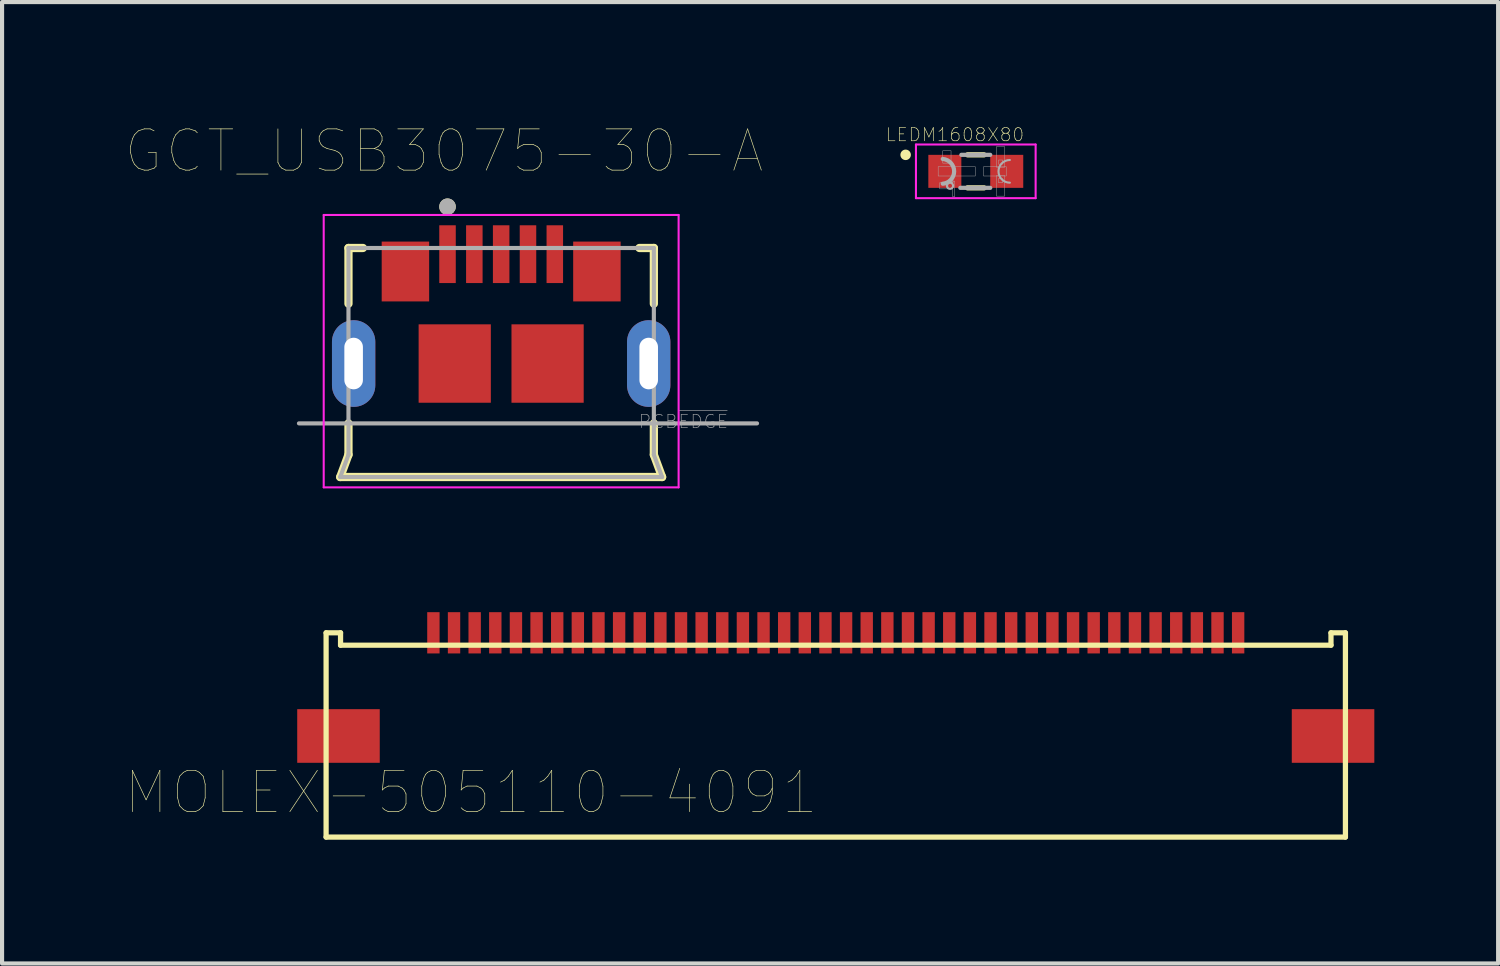
<source format=kicad_pcb>
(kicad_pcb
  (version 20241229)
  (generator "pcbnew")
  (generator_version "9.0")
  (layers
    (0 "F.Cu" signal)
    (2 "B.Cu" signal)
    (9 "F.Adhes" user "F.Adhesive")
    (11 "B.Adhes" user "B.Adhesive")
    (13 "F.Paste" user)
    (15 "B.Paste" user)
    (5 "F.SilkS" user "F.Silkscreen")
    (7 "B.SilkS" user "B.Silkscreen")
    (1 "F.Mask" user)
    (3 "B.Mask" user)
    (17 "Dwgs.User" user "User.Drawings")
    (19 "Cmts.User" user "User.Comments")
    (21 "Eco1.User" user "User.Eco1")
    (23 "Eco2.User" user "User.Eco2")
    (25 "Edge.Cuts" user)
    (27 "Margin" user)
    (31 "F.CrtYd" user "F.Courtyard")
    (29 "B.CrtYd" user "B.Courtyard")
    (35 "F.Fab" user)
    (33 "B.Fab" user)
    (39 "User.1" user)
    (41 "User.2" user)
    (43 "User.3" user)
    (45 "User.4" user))
  (footprint "MOLEX-505110-4091"
    (layer "F.Cu")
    (at 17.202 12.284)
    (property "Reference" "MOLEX-505110-4091" (at -8.839 3.871 0) (layer "F.SilkS") (effects (font (size 1.002 1.002) (thickness 0.015))))
    (attr through_hole)
    (fp_line (start -12.35 0) (end -12 0) (stroke (width 0.127) (type solid)) (layer "F.SilkS"))
    (fp_line (start -12.35 4.95) (end -12.35 0) (stroke (width 0.127) (type solid)) (layer "F.SilkS"))
    (fp_line (start -12 0) (end -12 0.3) (stroke (width 0.127) (type solid)) (layer "F.SilkS"))
    (fp_line (start -12 0.3) (end 12 0.3) (stroke (width 0.127) (type solid)) (layer "F.SilkS"))
    (fp_line (start 12 0) (end 12 0.3) (stroke (width 0.127) (type solid)) (layer "F.SilkS"))
    (fp_line (start 12.35 0) (end 12 0) (stroke (width 0.127) (type solid)) (layer "F.SilkS"))
    (fp_line (start 12.35 0) (end 12.35 4.95) (stroke (width 0.127) (type solid)) (layer "F.SilkS"))
    (fp_line (start 12.35 4.95) (end -12.35 4.95) (stroke (width 0.127) (type solid)) (layer "F.SilkS"))
    (pad "1" smd rect (at 9.75 0) (size 0.3 1) (layers "F.Cu" "F.Mask" "F.Paste"))
    (pad "2" smd rect (at 9.25 0) (size 0.3 1) (layers "F.Cu" "F.Mask" "F.Paste"))
    (pad "3" smd rect (at 8.75 0) (size 0.3 1) (layers "F.Cu" "F.Mask" "F.Paste"))
    (pad "4" smd rect (at 8.25 0) (size 0.3 1) (layers "F.Cu" "F.Mask" "F.Paste"))
    (pad "5" smd rect (at 7.75 0) (size 0.3 1) (layers "F.Cu" "F.Mask" "F.Paste"))
    (pad "6" smd rect (at 7.25 0) (size 0.3 1) (layers "F.Cu" "F.Mask" "F.Paste"))
    (pad "7" smd rect (at 6.75 0) (size 0.3 1) (layers "F.Cu" "F.Mask" "F.Paste"))
    (pad "8" smd rect (at 6.25 0) (size 0.3 1) (layers "F.Cu" "F.Mask" "F.Paste"))
    (pad "9" smd rect (at 5.75 0) (size 0.3 1) (layers "F.Cu" "F.Mask" "F.Paste"))
    (pad "10" smd rect (at 5.25 0) (size 0.3 1) (layers "F.Cu" "F.Mask" "F.Paste"))
    (pad "11" smd rect (at 4.75 0) (size 0.3 1) (layers "F.Cu" "F.Mask" "F.Paste"))
    (pad "12" smd rect (at 4.25 0) (size 0.3 1) (layers "F.Cu" "F.Mask" "F.Paste"))
    (pad "13" smd rect (at 3.75 0) (size 0.3 1) (layers "F.Cu" "F.Mask" "F.Paste"))
    (pad "14" smd rect (at 3.25 0) (size 0.3 1) (layers "F.Cu" "F.Mask" "F.Paste"))
    (pad "15" smd rect (at 2.75 0) (size 0.3 1) (layers "F.Cu" "F.Mask" "F.Paste"))
    (pad "16" smd rect (at 2.25 0) (size 0.3 1) (layers "F.Cu" "F.Mask" "F.Paste"))
    (pad "17" smd rect (at 1.75 0) (size 0.3 1) (layers "F.Cu" "F.Mask" "F.Paste"))
    (pad "18" smd rect (at 1.25 0) (size 0.3 1) (layers "F.Cu" "F.Mask" "F.Paste"))
    (pad "19" smd rect (at 0.75 0) (size 0.3 1) (layers "F.Cu" "F.Mask" "F.Paste"))
    (pad "20" smd rect (at 0.25 0) (size 0.3 1) (layers "F.Cu" "F.Mask" "F.Paste"))
    (pad "21" smd rect (at -0.25 0) (size 0.3 1) (layers "F.Cu" "F.Mask" "F.Paste"))
    (pad "22" smd rect (at -0.75 0) (size 0.3 1) (layers "F.Cu" "F.Mask" "F.Paste"))
    (pad "23" smd rect (at -1.25 0) (size 0.3 1) (layers "F.Cu" "F.Mask" "F.Paste"))
    (pad "24" smd rect (at -1.75 0) (size 0.3 1) (layers "F.Cu" "F.Mask" "F.Paste"))
    (pad "25" smd rect (at -2.25 0) (size 0.3 1) (layers "F.Cu" "F.Mask" "F.Paste"))
    (pad "26" smd rect (at -2.75 0) (size 0.3 1) (layers "F.Cu" "F.Mask" "F.Paste"))
    (pad "27" smd rect (at -3.25 0) (size 0.3 1) (layers "F.Cu" "F.Mask" "F.Paste"))
    (pad "28" smd rect (at -3.75 0) (size 0.3 1) (layers "F.Cu" "F.Mask" "F.Paste"))
    (pad "29" smd rect (at -4.25 0) (size 0.3 1) (layers "F.Cu" "F.Mask" "F.Paste"))
    (pad "30" smd rect (at -4.75 0) (size 0.3 1) (layers "F.Cu" "F.Mask" "F.Paste"))
    (pad "31" smd rect (at -5.25 0) (size 0.3 1) (layers "F.Cu" "F.Mask" "F.Paste"))
    (pad "32" smd rect (at -5.75 0) (size 0.3 1) (layers "F.Cu" "F.Mask" "F.Paste"))
    (pad "33" smd rect (at -6.25 0) (size 0.3 1) (layers "F.Cu" "F.Mask" "F.Paste"))
    (pad "34" smd rect (at -6.75 0) (size 0.3 1) (layers "F.Cu" "F.Mask" "F.Paste"))
    (pad "35" smd rect (at -7.25 0) (size 0.3 1) (layers "F.Cu" "F.Mask" "F.Paste"))
    (pad "36" smd rect (at -7.75 0) (size 0.3 1) (layers "F.Cu" "F.Mask" "F.Paste"))
    (pad "37" smd rect (at -8.25 0) (size 0.3 1) (layers "F.Cu" "F.Mask" "F.Paste"))
    (pad "38" smd rect (at -8.75 0) (size 0.3 1) (layers "F.Cu" "F.Mask" "F.Paste"))
    (pad "39" smd rect (at -9.25 0) (size 0.3 1) (layers "F.Cu" "F.Mask" "F.Paste"))
    (pad "40" smd rect (at -9.75 0) (size 0.3 1) (layers "F.Cu" "F.Mask" "F.Paste"))
    (pad "P$1" smd rect (at 12.05 2.5) (size 2 1.3) (layers "F.Cu" "F.Mask" "F.Paste"))
    (pad "P$2" smd rect (at -12.05 2.5) (size 2 1.3) (layers "F.Cu" "F.Mask" "F.Paste")))
  (footprint "GCT_USB3075-30-A"
    (layer "F.Cu")
    (at 7.794 3.109)
    (property "Reference" "GCT_USB3075-30-A" (at -0.086 -2.498 0) (layer "F.SilkS") (effects (font (size 1 1) (thickness 0.015))))
    (attr through_hole)
    (fp_line (start -2.6 5.4) (end -2.4 4.86) (stroke (width 0.2) (type solid)) (layer "F.SilkS"))
    (fp_line (start -2.6 5.4) (end 5.2 5.4) (stroke (width 0.2) (type solid)) (layer "F.SilkS"))
    (fp_line (start -2.4 -0.15) (end -2.05 -0.15) (stroke (width 0.2) (type solid)) (layer "F.SilkS"))
    (fp_line (start -2.4 1.2) (end -2.4 -0.15) (stroke (width 0.2) (type solid)) (layer "F.SilkS"))
    (fp_line (start -2.4 4.86) (end -2.4 4.1) (stroke (width 0.2) (type solid)) (layer "F.SilkS"))
    (fp_line (start 4.65 -0.15) (end 5 -0.15) (stroke (width 0.2) (type solid)) (layer "F.SilkS"))
    (fp_line (start 5 1.2) (end 5 -0.15) (stroke (width 0.2) (type solid)) (layer "F.SilkS"))
    (fp_line (start 5 4.86) (end 5 4.1) (stroke (width 0.2) (type solid)) (layer "F.SilkS"))
    (fp_line (start 5 4.86) (end 5.2 5.4) (stroke (width 0.2) (type solid)) (layer "F.SilkS"))
    (fp_circle (center 0 -1.15) (end 0.1 -1.15) (stroke (width 0.2) (type solid)) (fill no) (layer "F.SilkS"))
    (fp_line (start -3 -0.95) (end 5.6 -0.95) (stroke (width 0.05) (type solid)) (layer "F.CrtYd"))
    (fp_line (start -3 5.65) (end -3 -0.95) (stroke (width 0.05) (type solid)) (layer "F.CrtYd"))
    (fp_line (start -3 5.65) (end 5.6 5.65) (stroke (width 0.05) (type solid)) (layer "F.CrtYd"))
    (fp_line (start 5.6 5.65) (end 5.6 -0.95) (stroke (width 0.05) (type solid)) (layer "F.CrtYd"))
    (fp_line (start -3.6 4.1) (end 7.5 4.1) (stroke (width 0.1) (type solid)) (layer "F.Fab"))
    (fp_line (start -2.6 5.4) (end -2.4 4.86) (stroke (width 0.1) (type solid)) (layer "F.Fab"))
    (fp_line (start -2.6 5.4) (end 5.2 5.4) (stroke (width 0.1) (type solid)) (layer "F.Fab"))
    (fp_line (start -2.4 -0.15) (end 5 -0.15) (stroke (width 0.1) (type solid)) (layer "F.Fab"))
    (fp_line (start -2.4 4.86) (end -2.4 -0.15) (stroke (width 0.1) (type solid)) (layer "F.Fab"))
    (fp_line (start 5 4.86) (end 5 -0.15) (stroke (width 0.1) (type solid)) (layer "F.Fab"))
    (fp_line (start 5 4.86) (end 5.2 5.4) (stroke (width 0.1) (type solid)) (layer "F.Fab"))
    (fp_circle (center 0 -1.15) (end 0.1 -1.15) (stroke (width 0.2) (type solid)) (fill no) (layer "F.Fab"))
    (fp_text user "PCB~{EDGE}" (at 5.716 4.055 0) (layer "F.Fab") (effects (font (size 0.321 0.321) (thickness 0.015))))
    (pad "1" smd rect (at 0 0) (size 0.4 1.4) (layers "F.Cu" "F.Mask" "F.Paste"))
    (pad "2" smd rect (at 0.65 0) (size 0.4 1.4) (layers "F.Cu" "F.Mask" "F.Paste"))
    (pad "3" smd rect (at 1.3 0) (size 0.4 1.4) (layers "F.Cu" "F.Mask" "F.Paste"))
    (pad "4" smd rect (at 1.95 0) (size 0.4 1.4) (layers "F.Cu" "F.Mask" "F.Paste"))
    (pad "5" smd rect (at 2.6 0) (size 0.4 1.4) (layers "F.Cu" "F.Mask" "F.Paste"))
    (pad "S1" smd rect (at -1.02 0.42) (size 1.15 1.45) (layers "F.Cu" "F.Mask" "F.Paste"))
    (pad "S2" smd rect (at 3.62 0.42) (size 1.15 1.45) (layers "F.Cu" "F.Mask" "F.Paste"))
    (pad "S3" smd rect (at 0.175 2.65) (size 1.75 1.9) (layers "F.Cu" "F.Mask" "F.Paste"))
    (pad "S4" smd rect (at 2.425 2.65) (size 1.75 1.9) (layers "F.Cu" "F.Mask" "F.Paste"))
    (pad "S5" thru_hole oval (at -2.275 2.65) (size 1.05 2.1) (drill oval 0.45 1.25) (layers "*.Cu" "*.Mask"))
    (pad "S6" thru_hole oval (at 4.875 2.65) (size 1.05 2.1) (drill oval 0.45 1.25) (layers "*.Cu" "*.Mask")))
  (footprint "LEDM1608X80"
    (layer "F.Cu")
    (at 20.595 1.102)
    (property "Reference" "LEDM1608X80" (at -0.504 -0.888 0) (layer "F.SilkS") (effects (font (size 0.32 0.32) (thickness 0.015))))
    (attr through_hole)
    (fp_line (start -0.2 -0.4) (end 0.2 -0.4) (stroke (width 0.127) (type solid)) (layer "F.SilkS"))
    (fp_line (start -0.2 0.4) (end 0.2 0.4) (stroke (width 0.127) (type solid)) (layer "F.SilkS"))
    (fp_circle (center -1.7 -0.4) (end -1.573 -0.4) (stroke (width 0) (type solid)) (fill yes) (layer "F.SilkS"))
    (fp_line (start -1.45 -0.65) (end 1.45 -0.65) (stroke (width 0.05) (type solid)) (layer "F.CrtYd"))
    (fp_line (start -1.45 0.65) (end -1.45 -0.65) (stroke (width 0.05) (type solid)) (layer "F.CrtYd"))
    (fp_line (start 1.45 -0.65) (end 1.45 0.65) (stroke (width 0.05) (type solid)) (layer "F.CrtYd"))
    (fp_line (start 1.45 0.65) (end -1.45 0.65) (stroke (width 0.05) (type solid)) (layer "F.CrtYd"))
    (fp_line (start -0.375 0.4) (end 0.35 0.4) (stroke (width 0.102) (type solid)) (layer "F.Fab"))
    (fp_line (start -0.35 -0.4) (end 0.35 -0.4) (stroke (width 0.102) (type solid)) (layer "F.Fab"))
    (fp_arc (start -0.8 -0.3) (mid -0.524966 0) (end -0.8 0.3) (stroke (width 0.1016) (type solid)) (layer "F.Fab"))
    (fp_arc (start 0.825 0.275) (mid 0.55 0) (end 0.825 -0.275) (stroke (width 0.0508) (type solid)) (layer "F.Fab"))
    (fp_circle (center -0.625 0.35) (end -0.55 0.35) (stroke (width 0.051) (type solid)) (fill no) (layer "F.Fab"))
    (fp_poly (pts (xy -0.912 -0.113) (xy -0.013 -0.113) (xy -0.013 0.113) (xy -0.912 0.113)) (stroke (width 0.01) (type solid)) (fill no) (layer "F.Fab"))
    (fp_poly (pts (xy -0.875 0.275) (xy -0.675 0.275) (xy -0.675 0.425) (xy -0.875 0.425)) (stroke (width 0.01) (type solid)) (fill no) (layer "F.Fab"))
    (fp_poly (pts (xy -0.8 -0.5) (xy -0.6 -0.5) (xy -0.6 -0.2) (xy -0.8 -0.2)) (stroke (width 0.01) (type solid)) (fill no) (layer "F.Fab"))
    (fp_poly (pts (xy -0.6 0.225) (xy -0.55 0.225) (xy -0.55 0.275) (xy -0.6 0.275)) (stroke (width 0.01) (type solid)) (fill no) (layer "F.Fab"))
    (fp_poly (pts (xy -0.562 0.237) (xy -0.512 0.237) (xy -0.512 0.613) (xy -0.562 0.613)) (stroke (width 0.01) (type solid)) (fill no) (layer "F.Fab"))
    (fp_poly (pts (xy 0.188 -0.113) (xy 0.738 -0.113) (xy 0.738 0.113) (xy 0.188 0.113)) (stroke (width 0.01) (type solid)) (fill no) (layer "F.Fab"))
    (fp_poly (pts (xy 0.5 -0.6) (xy 0.7 -0.6) (xy 0.7 -0.1) (xy 0.5 -0.1)) (stroke (width 0.01) (type solid)) (fill no) (layer "F.Fab"))
    (fp_poly (pts (xy 0.5 0.1) (xy 0.7 0.1) (xy 0.7 0.6) (xy 0.5 0.6)) (stroke (width 0.01) (type solid)) (fill no) (layer "F.Fab"))
    (fp_poly (pts (xy 0.55 -0.275) (xy 0.65 -0.275) (xy 0.65 -0.175) (xy 0.55 -0.175)) (stroke (width 0.01) (type solid)) (fill no) (layer "F.Fab"))
    (fp_poly (pts (xy 0.55 0.175) (xy 0.65 0.175) (xy 0.65 0.275) (xy 0.55 0.275)) (stroke (width 0.01) (type solid)) (fill no) (layer "F.Fab"))
    (pad "A" smd rect (at 0.75 0) (size 0.8 0.8) (layers "F.Cu" "F.Mask" "F.Paste"))
    (pad "C" smd rect (at -0.75 0) (size 0.8 0.8) (layers "F.Cu" "F.Mask" "F.Paste")))
  (gr_rect
    (start -3 -3)
    (end 33.252 20.297)
    (stroke (width 0.1) (type default))
    (fill no)
    (layer "Edge.Cuts")))
</source>
